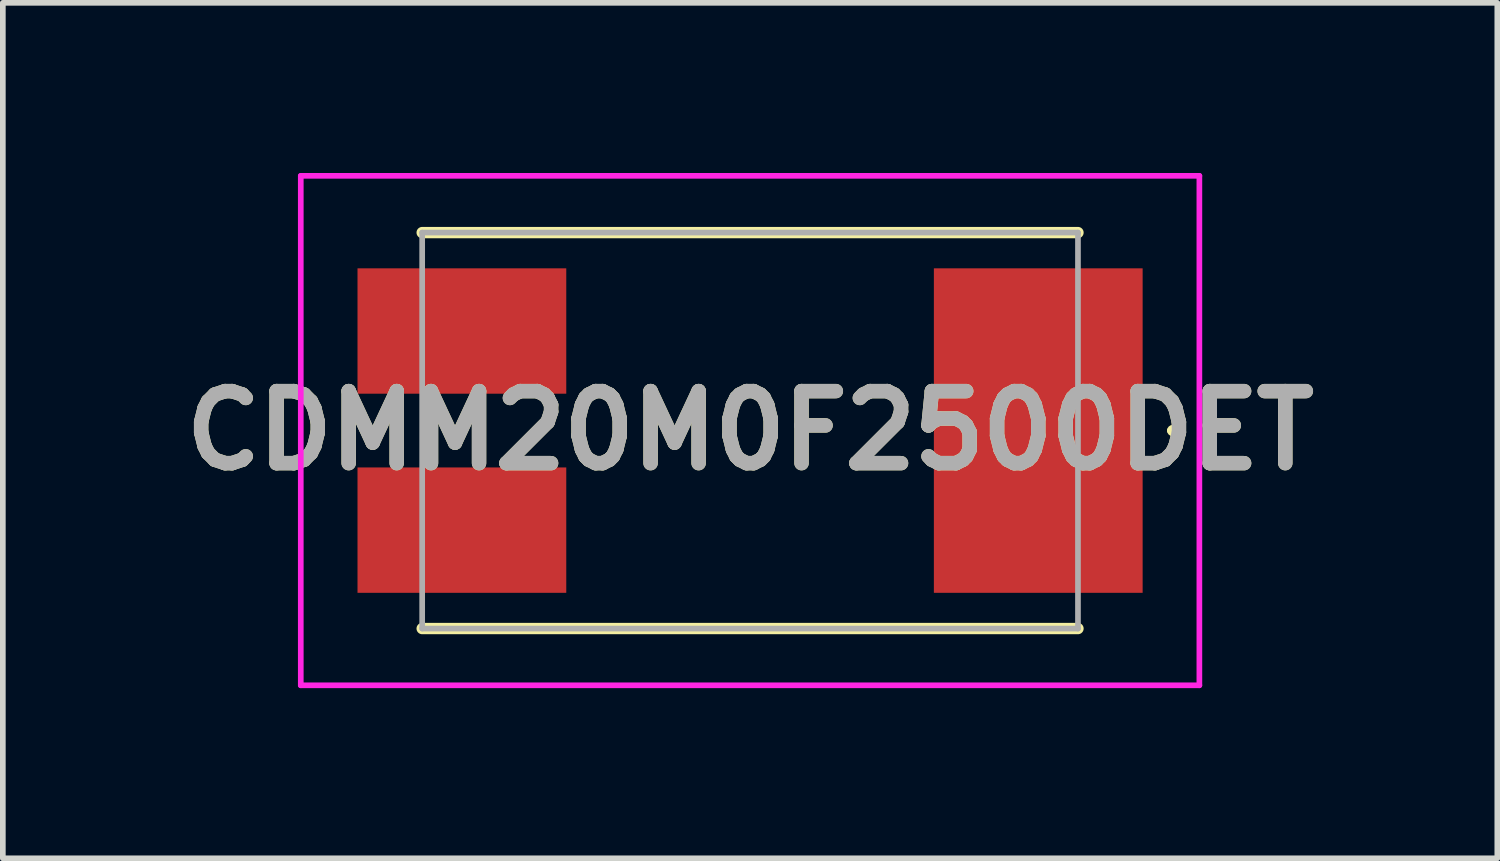
<source format=kicad_pcb>
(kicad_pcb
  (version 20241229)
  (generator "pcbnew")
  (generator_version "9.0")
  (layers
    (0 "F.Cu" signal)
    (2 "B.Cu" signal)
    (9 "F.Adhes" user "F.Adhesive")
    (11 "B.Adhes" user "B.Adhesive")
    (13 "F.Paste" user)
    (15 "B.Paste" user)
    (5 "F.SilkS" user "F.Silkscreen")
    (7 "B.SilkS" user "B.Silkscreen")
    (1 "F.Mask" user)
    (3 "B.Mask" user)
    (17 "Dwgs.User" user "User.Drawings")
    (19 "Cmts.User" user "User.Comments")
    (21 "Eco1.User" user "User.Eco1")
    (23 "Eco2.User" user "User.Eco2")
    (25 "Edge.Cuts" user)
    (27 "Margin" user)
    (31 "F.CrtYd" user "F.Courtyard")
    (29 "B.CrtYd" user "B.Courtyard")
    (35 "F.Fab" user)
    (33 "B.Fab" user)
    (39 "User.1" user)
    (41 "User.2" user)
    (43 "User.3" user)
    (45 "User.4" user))
  (footprint "CDMM20M0F2500DET"
    (layer "F.Cu")
    (at 10.172 4.54)
    (property "Reference" "CDMM20M0F2500DET" (at 0 0 0) (layer "F.SilkS") (effects (font (size 1.27 1.27) (thickness 0.254))))
    (attr smd)
    (fp_line (start -5.78 3.49) (end 5.78 3.49) (stroke (width 0.2) (type solid)) (layer "F.SilkS"))
    (fp_line (start 5.78 -3.49) (end -5.78 -3.49) (stroke (width 0.2) (type solid)) (layer "F.SilkS"))
    (fp_line (start 7.4 0) (end 7.4 0) (stroke (width 0.1) (type solid)) (layer "F.SilkS"))
    (fp_line (start 7.5 0) (end 7.5 0) (stroke (width 0.1) (type solid)) (layer "F.SilkS"))
    (fp_arc (start 7.4 0) (mid 7.45 -0.05) (end 7.5 0) (stroke (width 0.1) (type solid)) (layer "F.SilkS"))
    (fp_arc (start 7.5 0) (mid 7.45 0.05) (end 7.4 0) (stroke (width 0.1) (type solid)) (layer "F.SilkS"))
    (fp_line (start -7.92 -4.49) (end -7.92 4.49) (stroke (width 0.1) (type solid)) (layer "F.CrtYd"))
    (fp_line (start -7.92 4.49) (end 7.92 4.49) (stroke (width 0.1) (type solid)) (layer "F.CrtYd"))
    (fp_line (start 7.92 -4.49) (end -7.92 -4.49) (stroke (width 0.1) (type solid)) (layer "F.CrtYd"))
    (fp_line (start 7.92 4.49) (end 7.92 -4.49) (stroke (width 0.1) (type solid)) (layer "F.CrtYd"))
    (fp_line (start -5.78 -3.49) (end -5.78 3.49) (stroke (width 0.1) (type solid)) (layer "F.Fab"))
    (fp_line (start -5.78 3.49) (end 5.78 3.49) (stroke (width 0.1) (type solid)) (layer "F.Fab"))
    (fp_line (start 5.78 -3.49) (end -5.78 -3.49) (stroke (width 0.1) (type solid)) (layer "F.Fab"))
    (fp_line (start 5.78 3.49) (end 5.78 -3.49) (stroke (width 0.1) (type solid)) (layer "F.Fab"))
    (fp_text user "${REFERENCE}" (at 0 0 0) (layer "F.Fab") (effects (font (size 1.27 1.27) (thickness 0.254))))
    (pad "1" smd rect (at 5.08 0) (size 3.68 5.72) (layers "F.Cu" "F.Mask" "F.Paste"))
    (pad "2" smd rect (at -5.08 -1.755 90) (size 2.21 3.68) (layers "F.Cu" "F.Mask" "F.Paste"))
    (pad "3" smd rect (at -5.08 1.755 90) (size 2.21 3.68) (layers "F.Cu" "F.Mask" "F.Paste")))
  (gr_rect
    (start -3 -3)
    (end 23.344 12.08)
    (stroke (width 0.1) (type default))
    (fill no)
    (layer "Edge.Cuts")))
</source>
